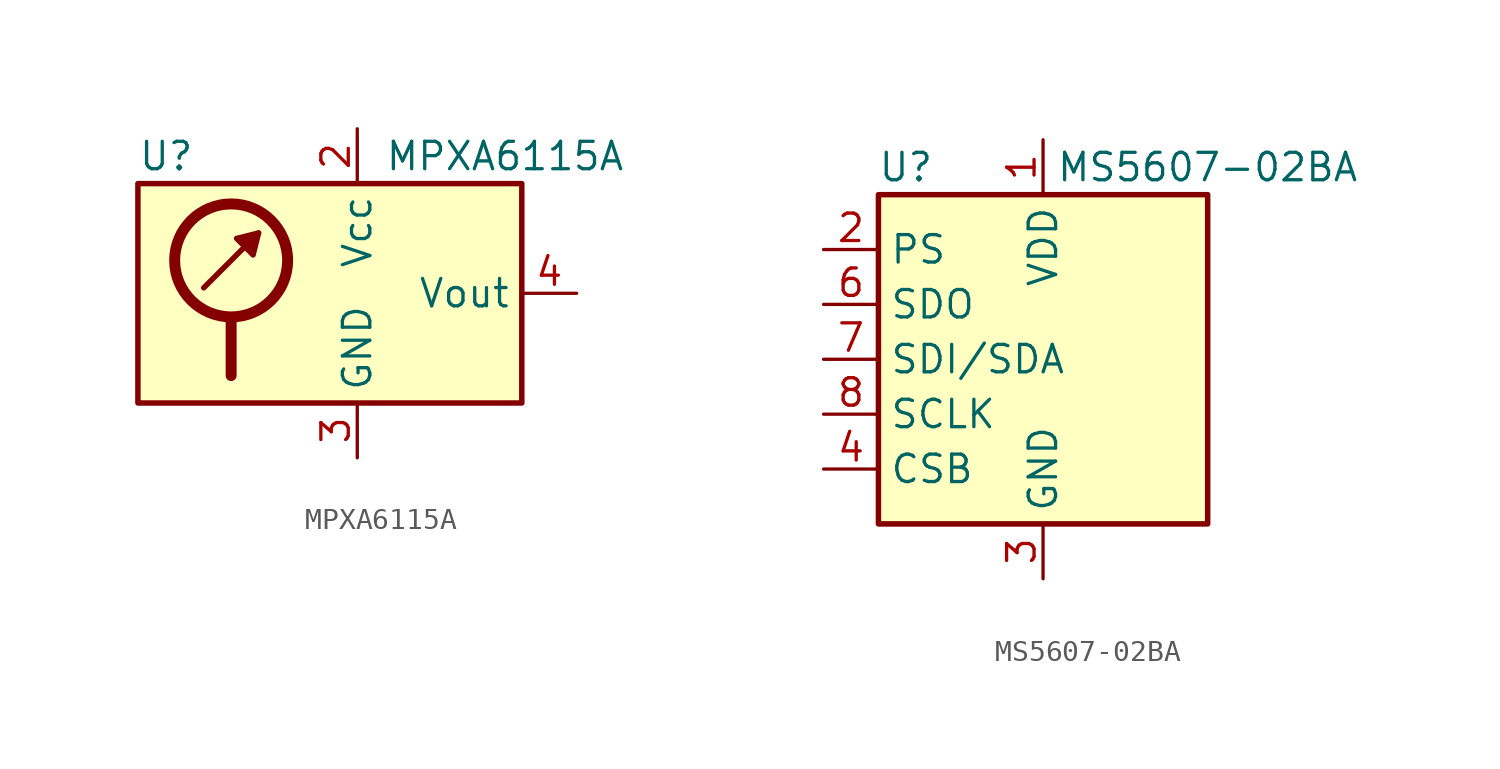
<source format=kicad_sym>
(kicad_symbol_lib
  (version 20201005)
  (generator kicad_symbol_editor)
  (symbol "MPXA6115A"
    (property "Reference" "U"
      (at -10.16 6.35 0)
      (effects (font (size 1.27 1.27)) (justify left)))
    (property "Value" "MPXA6115A"
      (at 1.27 6.35 0)
      (effects (font (size 1.27 1.27)) (justify left)))
    (symbol "MPXA6115A_0_1"
      (circle (center -5.842 1.524) (radius 2.616) (stroke (width 0.508)) (fill (type none)))
      (rectangle (start 7.62 5.08) (end -10.16 -5.08) (stroke (width 0.254)) (fill (type background)))
      (polyline (pts (xy -7.112 0.254) (xy -4.572 2.794)) (stroke (width 0.254)) (fill (type none)))
      (polyline (pts (xy -5.842 -1.27) (xy -5.842 -3.81)) (stroke (width 0.508)) (fill (type none)))
      (polyline (pts (xy -4.572 2.794) (xy -4.826 1.778) (xy -5.588 2.54) (xy -4.572 2.794)) (stroke (width 0.254)) (fill (type outline))))
    (symbol "MPXA6115A_1_1"
      (pin no_connect line (at 5.08 -5.08 90) (length 2.54) hide (name "NC" (effects (font (size 1.27 1.27)))) (number "1" (effects (font (size 1.27 1.27)))))
      (pin power_in line (at 0 7.62 270) (length 2.54) (name "Vcc" (effects (font (size 1.27 1.27)))) (number "2" (effects (font (size 1.27 1.27)))))
      (pin power_in line (at 0 -7.62 90) (length 2.54) (name "GND" (effects (font (size 1.27 1.27)))) (number "3" (effects (font (size 1.27 1.27)))))
      (pin output line (at 10.16 0 180) (length 2.54) (name "Vout" (effects (font (size 1.27 1.27)))) (number "4" (effects (font (size 1.27 1.27)))))
      (pin no_connect line (at -7.62 -5.08 90) (length 2.54) hide (name "NC" (effects (font (size 1.27 1.27)))) (number "5" (effects (font (size 1.27 1.27)))))
      (pin no_connect line (at -5.08 -5.08 90) (length 2.54) hide (name "NC" (effects (font (size 1.27 1.27)))) (number "6" (effects (font (size 1.27 1.27)))))
      (pin no_connect line (at -2.54 -5.08 90) (length 2.54) hide (name "NC" (effects (font (size 1.27 1.27)))) (number "7" (effects (font (size 1.27 1.27)))))
      (pin no_connect line (at 2.54 -5.08 90) (length 2.54) hide (name "NC" (effects (font (size 1.27 1.27)))) (number "8" (effects (font (size 1.27 1.27)))))))
  (symbol "MS5607-02BA"
    (property "Reference" "U"
      (at -6.35 8.89 0)
      (effects (font (size 1.27 1.27))))
    (property "Value" "MS5607-02BA"
      (at 7.62 8.89 0)
      (effects (font (size 1.27 1.27))))
    (symbol "MS5607-02BA_0_1"
      (rectangle (start -7.62 7.62) (end 7.62 -7.62) (stroke (width 0.254)) (fill (type background))))
    (symbol "MS5607-02BA_1_1"
      (pin power_in line (at 0 10.16 270) (length 2.54) (name "VDD" (effects (font (size 1.27 1.27)))) (number "1" (effects (font (size 1.27 1.27)))))
      (pin input line (at -10.16 5.08 0) (length 2.54) (name "PS" (effects (font (size 1.27 1.27)))) (number "2" (effects (font (size 1.27 1.27)))))
      (pin power_in line (at 0 -10.16 90) (length 2.54) (name "GND" (effects (font (size 1.27 1.27)))) (number "3" (effects (font (size 1.27 1.27)))))
      (pin input line (at -10.16 -5.08 0) (length 2.54) (name "CSB" (effects (font (size 1.27 1.27)))) (number "4" (effects (font (size 1.27 1.27)))))
      (pin input line (at -10.16 -5.08 0) (length 2.54) hide (name "CSB" (effects (font (size 1.27 1.27)))) (number "5" (effects (font (size 1.27 1.27)))))
      (pin output line (at -10.16 2.54 0) (length 2.54) (name "SDO" (effects (font (size 1.27 1.27)))) (number "6" (effects (font (size 1.27 1.27)))))
      (pin bidirectional line (at -10.16 0 0) (length 2.54) (name "SDI/SDA" (effects (font (size 1.27 1.27)))) (number "7" (effects (font (size 1.27 1.27)))))
      (pin input line (at -10.16 -2.54 0) (length 2.54) (name "SCLK" (effects (font (size 1.27 1.27)))) (number "8" (effects (font (size 1.27 1.27))))))))
</source>
